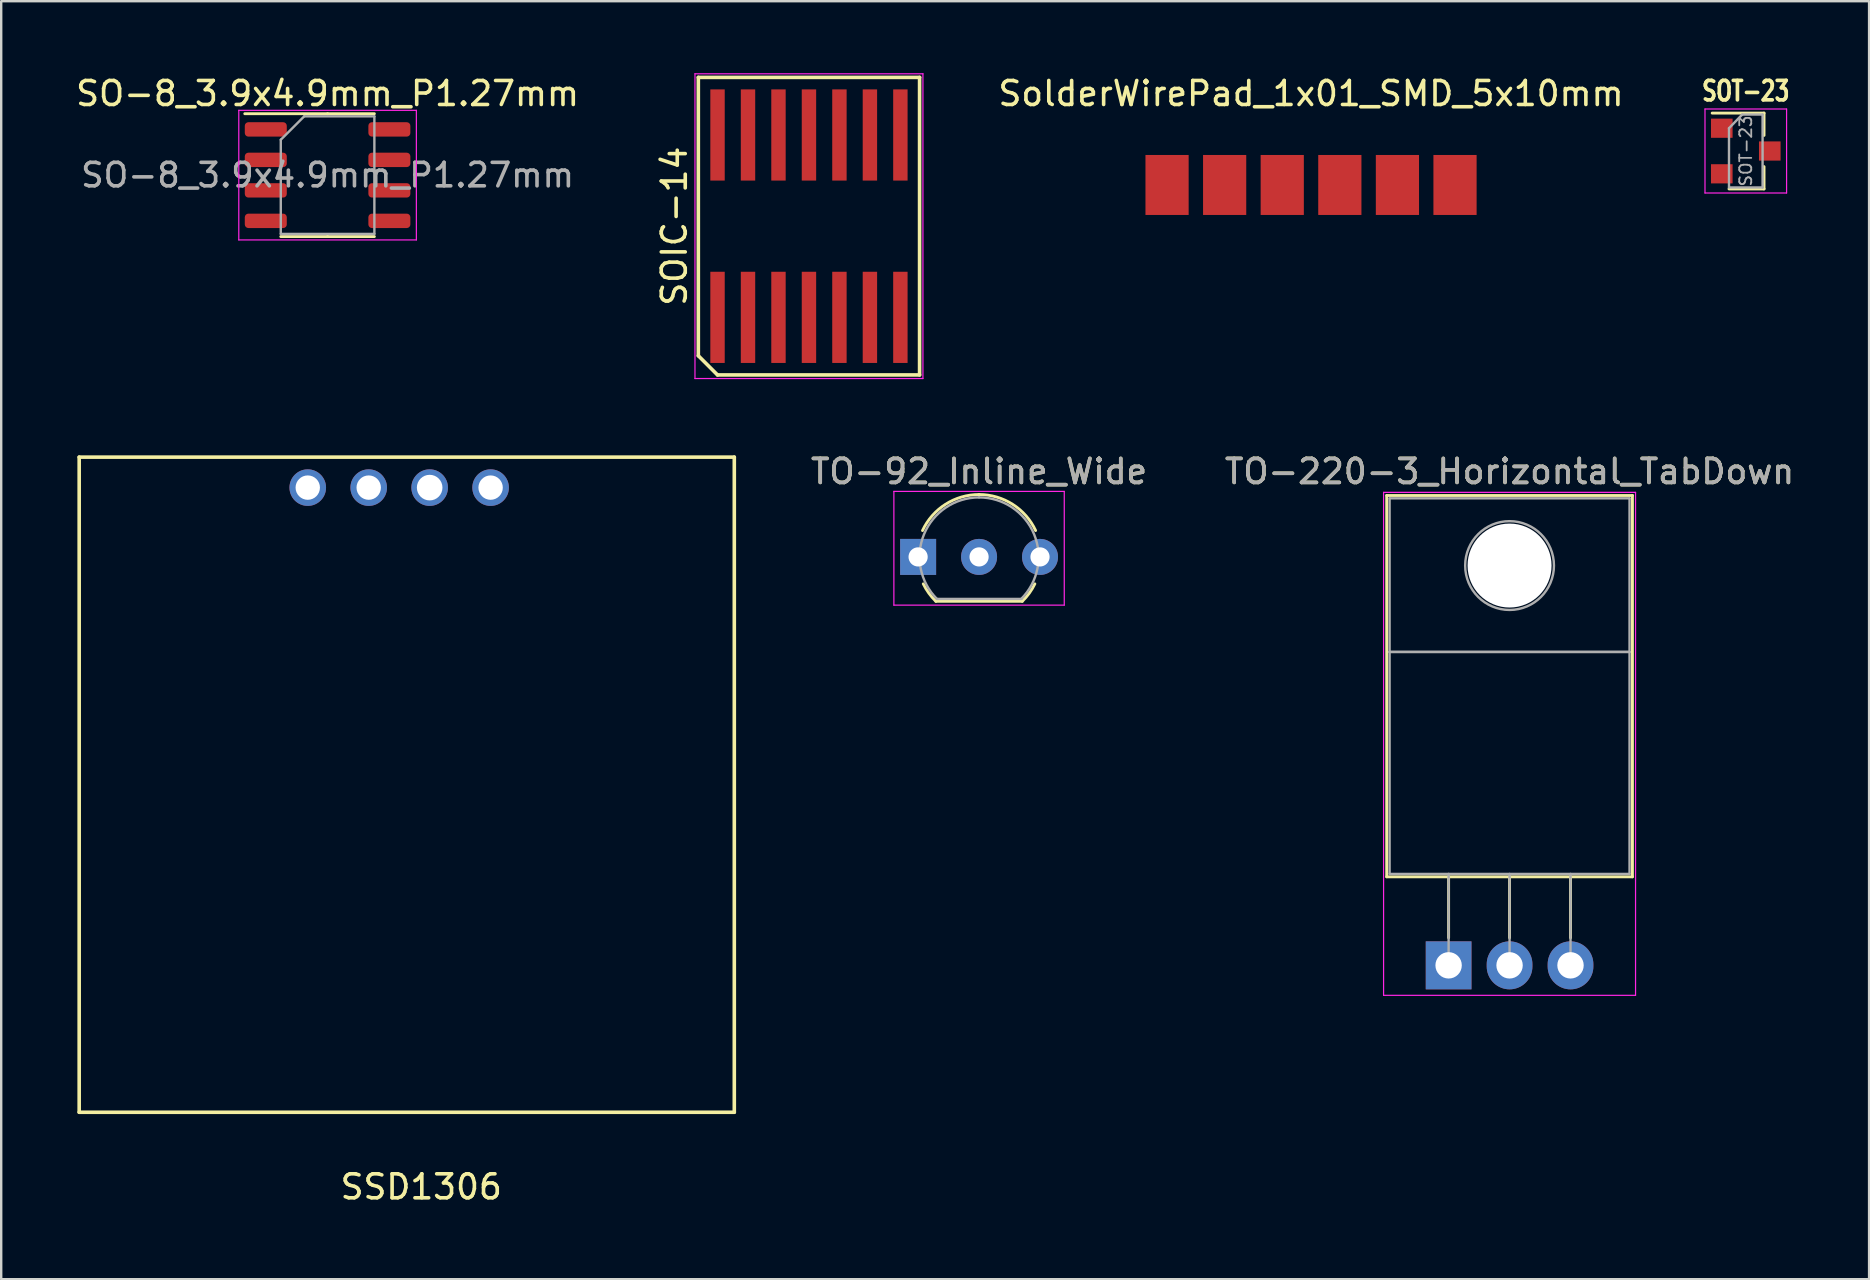
<source format=kicad_pcb>
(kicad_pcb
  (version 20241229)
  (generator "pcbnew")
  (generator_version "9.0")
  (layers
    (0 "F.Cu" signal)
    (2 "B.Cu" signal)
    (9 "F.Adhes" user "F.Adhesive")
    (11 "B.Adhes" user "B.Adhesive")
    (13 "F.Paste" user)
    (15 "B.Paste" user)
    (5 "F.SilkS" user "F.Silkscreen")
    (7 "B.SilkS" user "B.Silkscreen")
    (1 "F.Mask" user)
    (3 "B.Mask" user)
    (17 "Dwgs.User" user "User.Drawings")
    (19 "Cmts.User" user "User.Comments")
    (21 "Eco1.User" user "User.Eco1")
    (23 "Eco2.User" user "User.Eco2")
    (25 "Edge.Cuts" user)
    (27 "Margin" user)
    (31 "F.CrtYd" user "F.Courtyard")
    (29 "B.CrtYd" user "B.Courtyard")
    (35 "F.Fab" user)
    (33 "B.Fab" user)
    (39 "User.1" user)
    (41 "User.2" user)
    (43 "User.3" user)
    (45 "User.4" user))
  (footprint "TO-92_Inline_Wide"
    (layer "F.Cu")
    (at 35.21 20.158)
    (property "Reference" "TO-92_Inline_Wide" (at 2.54 -3.56 0) (layer "F.SilkS") (effects (font (size 1 1) (thickness 0.15))))
    (attr through_hole)
    (fp_line (start 0.74 1.85) (end 4.34 1.85) (stroke (width 0.12) (type solid)) (layer "F.SilkS"))
    (fp_arc (start 0.1836 -1.098807) (mid 1.143021 -2.192817) (end 2.54 -2.6) (stroke (width 0.12) (type solid)) (layer "F.SilkS"))
    (fp_arc (start 0.74 1.85) (mid 0.446097 1.509328) (end 0.215816 1.122795) (stroke (width 0.12) (type solid)) (layer "F.SilkS"))
    (fp_arc (start 2.54 -2.6) (mid 3.936979 -2.192818) (end 4.8964 -1.098807) (stroke (width 0.12) (type solid)) (layer "F.SilkS"))
    (fp_arc (start 4.864184 1.122795) (mid 4.633903 1.509328) (end 4.34 1.85) (stroke (width 0.12) (type solid)) (layer "F.SilkS"))
    (fp_line (start -1.01 -2.73) (end -1.01 2.01) (stroke (width 0.05) (type solid)) (layer "F.CrtYd"))
    (fp_line (start -1.01 -2.73) (end 6.09 -2.73) (stroke (width 0.05) (type solid)) (layer "F.CrtYd"))
    (fp_line (start 6.09 2.01) (end -1.01 2.01) (stroke (width 0.05) (type solid)) (layer "F.CrtYd"))
    (fp_line (start 6.09 2.01) (end 6.09 -2.73) (stroke (width 0.05) (type solid)) (layer "F.CrtYd"))
    (fp_line (start 0.8 1.75) (end 4.3 1.75) (stroke (width 0.1) (type solid)) (layer "F.Fab"))
    (fp_arc (start 0.786375 1.753625) (mid 0.248779 -0.949055) (end 2.54 -2.48) (stroke (width 0.1) (type solid)) (layer "F.Fab"))
    (fp_arc (start 2.54 -2.48) (mid 4.831221 -0.949055) (end 4.293625 1.753625) (stroke (width 0.1) (type solid)) (layer "F.Fab"))
    (fp_text user "${REFERENCE}" (at 2.54 -3.56 0) (layer "F.Fab") (effects (font (size 1 1) (thickness 0.15))))
    (pad "1" thru_hole rect (at 0 0 90) (size 1.5 1.5) (drill 0.8) (layers "*.Cu" "*.Mask"))
    (pad "2" thru_hole circle (at 2.54 0 90) (size 1.5 1.5) (drill 0.8) (layers "*.Cu" "*.Mask"))
    (pad "3" thru_hole circle (at 5.08 0 90) (size 1.5 1.5) (drill 0.8) (layers "*.Cu" "*.Mask")))
  (footprint "SOT-23"
    (layer "F.Cu")
    (at 69.701 3.243)
    (property "Reference" "SOT-23" (at 0 -2.5 0) (layer "F.SilkS") (effects (font (size 0.813 0.61) (thickness 0.152))))
    (attr smd)
    (fp_line (start 0.76 -1.58) (end -1.4 -1.58) (stroke (width 0.12) (type solid)) (layer "F.SilkS"))
    (fp_line (start 0.76 -1.58) (end 0.76 -0.65) (stroke (width 0.12) (type solid)) (layer "F.SilkS"))
    (fp_line (start 0.76 1.58) (end -0.7 1.58) (stroke (width 0.12) (type solid)) (layer "F.SilkS"))
    (fp_line (start 0.76 1.58) (end 0.76 0.65) (stroke (width 0.12) (type solid)) (layer "F.SilkS"))
    (fp_line (start -1.7 -1.75) (end 1.7 -1.75) (stroke (width 0.05) (type solid)) (layer "F.CrtYd"))
    (fp_line (start -1.7 1.75) (end -1.7 -1.75) (stroke (width 0.05) (type solid)) (layer "F.CrtYd"))
    (fp_line (start 1.7 -1.75) (end 1.7 1.75) (stroke (width 0.05) (type solid)) (layer "F.CrtYd"))
    (fp_line (start 1.7 1.75) (end -1.7 1.75) (stroke (width 0.05) (type solid)) (layer "F.CrtYd"))
    (fp_line (start -0.7 -0.95) (end -0.7 1.5) (stroke (width 0.1) (type solid)) (layer "F.Fab"))
    (fp_line (start -0.7 -0.95) (end -0.15 -1.52) (stroke (width 0.1) (type solid)) (layer "F.Fab"))
    (fp_line (start -0.7 1.52) (end 0.7 1.52) (stroke (width 0.1) (type solid)) (layer "F.Fab"))
    (fp_line (start -0.15 -1.52) (end 0.7 -1.52) (stroke (width 0.1) (type solid)) (layer "F.Fab"))
    (fp_line (start 0.7 -1.52) (end 0.7 1.52) (stroke (width 0.1) (type solid)) (layer "F.Fab"))
    (fp_text user "${REFERENCE}" (at 0 0 90) (layer "F.Fab") (effects (font (size 0.5 0.5) (thickness 0.075))))
    (pad "1" smd rect (at -1 -0.95) (size 0.9 0.8) (layers "F.Cu" "F.Mask" "F.Paste"))
    (pad "2" smd rect (at -1 0.95) (size 0.9 0.8) (layers "F.Cu" "F.Mask" "F.Paste"))
    (pad "3" smd rect (at 1 0) (size 0.9 0.8) (layers "F.Cu" "F.Mask" "F.Paste")))
  (footprint "SOIC-14"
    (layer "F.Cu")
    (at 30.661 6.375)
    (property "Reference" "SOIC-14" (at -5.61 0 90) (layer "F.SilkS") (effects (font (size 1 1) (thickness 0.15))))
    (attr smd)
    (fp_line (start -4.61 -6.2) (end 4.61 -6.2) (stroke (width 0.15) (type solid)) (layer "F.SilkS"))
    (fp_line (start -4.61 5.4) (end -4.61 -6.2) (stroke (width 0.15) (type solid)) (layer "F.SilkS"))
    (fp_line (start -3.81 6.2) (end -4.61 5.4) (stroke (width 0.15) (type solid)) (layer "F.SilkS"))
    (fp_line (start 4.61 -6.2) (end 4.61 6.2) (stroke (width 0.15) (type solid)) (layer "F.SilkS"))
    (fp_line (start 4.61 6.2) (end -3.81 6.2) (stroke (width 0.15) (type solid)) (layer "F.SilkS"))
    (fp_line (start -4.75 -6.35) (end 4.75 -6.35) (stroke (width 0.05) (type solid)) (layer "F.CrtYd"))
    (fp_line (start -4.75 6.35) (end -4.75 -6.35) (stroke (width 0.05) (type solid)) (layer "F.CrtYd"))
    (fp_line (start 4.75 -6.35) (end 4.75 6.35) (stroke (width 0.05) (type solid)) (layer "F.CrtYd"))
    (fp_line (start 4.75 6.35) (end -4.75 6.35) (stroke (width 0.05) (type solid)) (layer "F.CrtYd"))
    (pad "1" smd rect (at -3.81 3.8) (size 0.6 3.8) (layers "F.Cu" "F.Mask" "F.Paste"))
    (pad "2" smd rect (at -2.54 3.8) (size 0.6 3.8) (layers "F.Cu" "F.Mask" "F.Paste"))
    (pad "3" smd rect (at -1.27 3.8) (size 0.6 3.8) (layers "F.Cu" "F.Mask" "F.Paste"))
    (pad "4" smd rect (at 0 3.8) (size 0.6 3.8) (layers "F.Cu" "F.Mask" "F.Paste"))
    (pad "5" smd rect (at 1.27 3.8) (size 0.6 3.8) (layers "F.Cu" "F.Mask" "F.Paste"))
    (pad "6" smd rect (at 2.54 3.8) (size 0.6 3.8) (layers "F.Cu" "F.Mask" "F.Paste"))
    (pad "7" smd rect (at 3.81 3.8) (size 0.6 3.8) (layers "F.Cu" "F.Mask" "F.Paste"))
    (pad "8" smd rect (at 3.81 -3.8) (size 0.6 3.8) (layers "F.Cu" "F.Mask" "F.Paste"))
    (pad "9" smd rect (at 2.54 -3.8) (size 0.6 3.8) (layers "F.Cu" "F.Mask" "F.Paste"))
    (pad "10" smd rect (at 1.27 -3.8) (size 0.6 3.8) (layers "F.Cu" "F.Mask" "F.Paste"))
    (pad "11" smd rect (at 0 -3.8) (size 0.6 3.8) (layers "F.Cu" "F.Mask" "F.Paste"))
    (pad "12" smd rect (at -1.27 -3.8) (size 0.6 3.8) (layers "F.Cu" "F.Mask" "F.Paste"))
    (pad "13" smd rect (at -2.54 -3.8) (size 0.6 3.8) (layers "F.Cu" "F.Mask" "F.Paste"))
    (pad "14" smd rect (at -3.81 -3.8) (size 0.6 3.8) (layers "F.Cu" "F.Mask" "F.Paste")))
  (footprint "TO-220-3_Horizontal_TabDown"
    (layer "F.Cu")
    (at 57.317 37.178)
    (property "Reference" "TO-220-3_Horizontal_TabDown" (at 2.54 -20.58 0) (layer "F.SilkS") (effects (font (size 1 1) (thickness 0.15))))
    (attr through_hole)
    (fp_line (start -2.58 -19.58) (end -2.58 -3.69) (stroke (width 0.12) (type solid)) (layer "F.SilkS"))
    (fp_line (start -2.58 -19.58) (end 7.66 -19.58) (stroke (width 0.12) (type solid)) (layer "F.SilkS"))
    (fp_line (start -2.58 -3.69) (end 7.66 -3.69) (stroke (width 0.12) (type solid)) (layer "F.SilkS"))
    (fp_line (start 0 -3.69) (end 0 -1.15) (stroke (width 0.12) (type solid)) (layer "F.SilkS"))
    (fp_line (start 2.54 -3.69) (end 2.54 -1.15) (stroke (width 0.12) (type solid)) (layer "F.SilkS"))
    (fp_line (start 5.08 -3.69) (end 5.08 -1.15) (stroke (width 0.12) (type solid)) (layer "F.SilkS"))
    (fp_line (start 7.66 -19.58) (end 7.66 -3.69) (stroke (width 0.12) (type solid)) (layer "F.SilkS"))
    (fp_line (start -2.71 -19.71) (end -2.71 1.25) (stroke (width 0.05) (type solid)) (layer "F.CrtYd"))
    (fp_line (start -2.71 1.25) (end 7.79 1.25) (stroke (width 0.05) (type solid)) (layer "F.CrtYd"))
    (fp_line (start 7.79 -19.71) (end -2.71 -19.71) (stroke (width 0.05) (type solid)) (layer "F.CrtYd"))
    (fp_line (start 7.79 1.25) (end 7.79 -19.71) (stroke (width 0.05) (type solid)) (layer "F.CrtYd"))
    (fp_line (start -2.46 -19.46) (end 7.54 -19.46) (stroke (width 0.1) (type solid)) (layer "F.Fab"))
    (fp_line (start -2.46 -13.06) (end -2.46 -19.46) (stroke (width 0.1) (type solid)) (layer "F.Fab"))
    (fp_line (start -2.46 -13.06) (end 7.54 -13.06) (stroke (width 0.1) (type solid)) (layer "F.Fab"))
    (fp_line (start -2.46 -3.81) (end -2.46 -13.06) (stroke (width 0.1) (type solid)) (layer "F.Fab"))
    (fp_line (start 0 -3.81) (end 0 0) (stroke (width 0.1) (type solid)) (layer "F.Fab"))
    (fp_line (start 2.54 -3.81) (end 2.54 0) (stroke (width 0.1) (type solid)) (layer "F.Fab"))
    (fp_line (start 5.08 -3.81) (end 5.08 0) (stroke (width 0.1) (type solid)) (layer "F.Fab"))
    (fp_line (start 7.54 -19.46) (end 7.54 -13.06) (stroke (width 0.1) (type solid)) (layer "F.Fab"))
    (fp_line (start 7.54 -13.06) (end -2.46 -13.06) (stroke (width 0.1) (type solid)) (layer "F.Fab"))
    (fp_line (start 7.54 -13.06) (end 7.54 -3.81) (stroke (width 0.1) (type solid)) (layer "F.Fab"))
    (fp_line (start 7.54 -3.81) (end -2.46 -3.81) (stroke (width 0.1) (type solid)) (layer "F.Fab"))
    (fp_circle (center 2.54 -16.66) (end 4.39 -16.66) (stroke (width 0.1) (type solid)) (fill no) (layer "F.Fab"))
    (fp_text user "${REFERENCE}" (at 2.54 -20.58 0) (layer "F.Fab") (effects (font (size 1 1) (thickness 0.15))))
    (pad "" np_thru_hole oval (at 2.54 -16.66) (size 3.5 3.5) (drill 3.5) (layers "*.Cu" "*.Mask"))
    (pad "1" thru_hole rect (at 0 0) (size 1.905 2) (drill 1.1) (layers "*.Cu" "*.Mask"))
    (pad "2" thru_hole oval (at 2.54 0) (size 1.905 2) (drill 1.1) (layers "*.Cu" "*.Mask"))
    (pad "3" thru_hole oval (at 5.08 0) (size 1.905 2) (drill 1.1) (layers "*.Cu" "*.Mask")))
  (footprint "SSD1306"
    (layer "F.Cu")
    (at 0.25 16)
    (property "Reference" "SSD1306" (at 14.254 30.409 0) (layer "F.SilkS") (effects (font (size 1 1) (thickness 0.15))))
    (attr through_hole)
    (fp_line (start 0 0) (end 0 27.3) (stroke (width 0.15) (type solid)) (layer "F.SilkS"))
    (fp_line (start 0 0) (end 27.3 0) (stroke (width 0.15) (type solid)) (layer "F.SilkS"))
    (fp_line (start 0 27.3) (end 27.3 27.3) (stroke (width 0.15) (type solid)) (layer "F.SilkS"))
    (fp_line (start 27.3 0) (end 27.3 27.3) (stroke (width 0.15) (type solid)) (layer "F.SilkS"))
    (pad "1" thru_hole circle (at 9.525 1.27) (size 1.524 1.524) (drill 1.016) (layers "*.Cu" "*.Mask"))
    (pad "2" thru_hole circle (at 12.065 1.27) (size 1.524 1.524) (drill 1.016) (layers "*.Cu" "*.Mask"))
    (pad "3" thru_hole circle (at 14.605 1.27) (size 1.524 1.524) (drill 1.067) (layers "*.Cu" "*.Mask"))
    (pad "4" thru_hole circle (at 17.145 1.27) (size 1.524 1.524) (drill 1.016) (layers "*.Cu" "*.Mask")))
  (footprint "SolderWirePad_1x01_SMD_5x10mm"
    (layer "F.Cu")
    (at 51.584 4.658)
    (property "Reference" "SolderWirePad_1x01_SMD_5x10mm" (at 0 -3.81 0) (layer "F.SilkS") (effects (font (size 1 1) (thickness 0.15))))
    (attr smd exclude_from_pos_files exclude_from_bom)
    (pad "1" smd rect (at -6 0) (size 1.8 2.5) (layers "F.Cu" "F.Mask" "F.Paste"))
    (pad "2" smd rect (at -3.6 0) (size 1.8 2.5) (layers "F.Cu" "F.Mask" "F.Paste"))
    (pad "3" smd rect (at -1.2 0) (size 1.8 2.5) (layers "F.Cu" "F.Mask" "F.Paste"))
    (pad "4" smd rect (at 1.2 0) (size 1.8 2.5) (layers "F.Cu" "F.Mask" "F.Paste"))
    (pad "5" smd rect (at 3.6 0) (size 1.8 2.5) (layers "F.Cu" "F.Mask" "F.Paste"))
    (pad "6" smd rect (at 6 0) (size 1.8 2.5) (layers "F.Cu" "F.Mask" "F.Paste")))
  (footprint "SO-8_3.9x4.9mm_P1.27mm"
    (layer "F.Cu")
    (at 10.601 4.248)
    (property "Reference" "SO-8_3.9x4.9mm_P1.27mm" (at 0 -3.4 0) (layer "F.SilkS") (effects (font (size 1 1) (thickness 0.15))))
    (attr smd)
    (fp_line (start 0 -2.56) (end -3.45 -2.56) (stroke (width 0.12) (type solid)) (layer "F.SilkS"))
    (fp_line (start 0 -2.56) (end 1.95 -2.56) (stroke (width 0.12) (type solid)) (layer "F.SilkS"))
    (fp_line (start 0 2.56) (end -1.95 2.56) (stroke (width 0.12) (type solid)) (layer "F.SilkS"))
    (fp_line (start 0 2.56) (end 1.95 2.56) (stroke (width 0.12) (type solid)) (layer "F.SilkS"))
    (fp_line (start -3.7 -2.7) (end -3.7 2.7) (stroke (width 0.05) (type solid)) (layer "F.CrtYd"))
    (fp_line (start -3.7 2.7) (end 3.7 2.7) (stroke (width 0.05) (type solid)) (layer "F.CrtYd"))
    (fp_line (start 3.7 -2.7) (end -3.7 -2.7) (stroke (width 0.05) (type solid)) (layer "F.CrtYd"))
    (fp_line (start 3.7 2.7) (end 3.7 -2.7) (stroke (width 0.05) (type solid)) (layer "F.CrtYd"))
    (fp_line (start -1.95 -1.475) (end -0.975 -2.45) (stroke (width 0.1) (type solid)) (layer "F.Fab"))
    (fp_line (start -1.95 2.45) (end -1.95 -1.475) (stroke (width 0.1) (type solid)) (layer "F.Fab"))
    (fp_line (start -0.975 -2.45) (end 1.95 -2.45) (stroke (width 0.1) (type solid)) (layer "F.Fab"))
    (fp_line (start 1.95 -2.45) (end 1.95 2.45) (stroke (width 0.1) (type solid)) (layer "F.Fab"))
    (fp_line (start 1.95 2.45) (end -1.95 2.45) (stroke (width 0.1) (type solid)) (layer "F.Fab"))
    (fp_text user "${REFERENCE}" (at 0 0 0) (layer "F.Fab") (effects (font (size 0.98 0.98) (thickness 0.15))))
    (pad "1" smd roundrect (at -2.575 -1.905) (size 1.75 0.6) (layers "F.Cu" "F.Mask" "F.Paste") (roundrect_rratio 0.25))
    (pad "2" smd roundrect (at -2.575 -0.635) (size 1.75 0.6) (layers "F.Cu" "F.Mask" "F.Paste") (roundrect_rratio 0.25))
    (pad "3" smd roundrect (at -2.575 0.635) (size 1.75 0.6) (layers "F.Cu" "F.Mask" "F.Paste") (roundrect_rratio 0.25))
    (pad "4" smd roundrect (at -2.575 1.905) (size 1.75 0.6) (layers "F.Cu" "F.Mask" "F.Paste") (roundrect_rratio 0.25))
    (pad "5" smd roundrect (at 2.575 1.905) (size 1.75 0.6) (layers "F.Cu" "F.Mask" "F.Paste") (roundrect_rratio 0.25))
    (pad "6" smd roundrect (at 2.575 0.635) (size 1.75 0.6) (layers "F.Cu" "F.Mask" "F.Paste") (roundrect_rratio 0.25))
    (pad "7" smd roundrect (at 2.575 -0.635) (size 1.75 0.6) (layers "F.Cu" "F.Mask" "F.Paste") (roundrect_rratio 0.25))
    (pad "8" smd roundrect (at 2.575 -1.905) (size 1.75 0.6) (layers "F.Cu" "F.Mask" "F.Paste") (roundrect_rratio 0.25)))
  (gr_rect
    (start -3 -3)
    (end 74.839 50.257)
    (stroke (width 0.1) (type default))
    (fill no)
    (layer "Edge.Cuts")))
</source>
